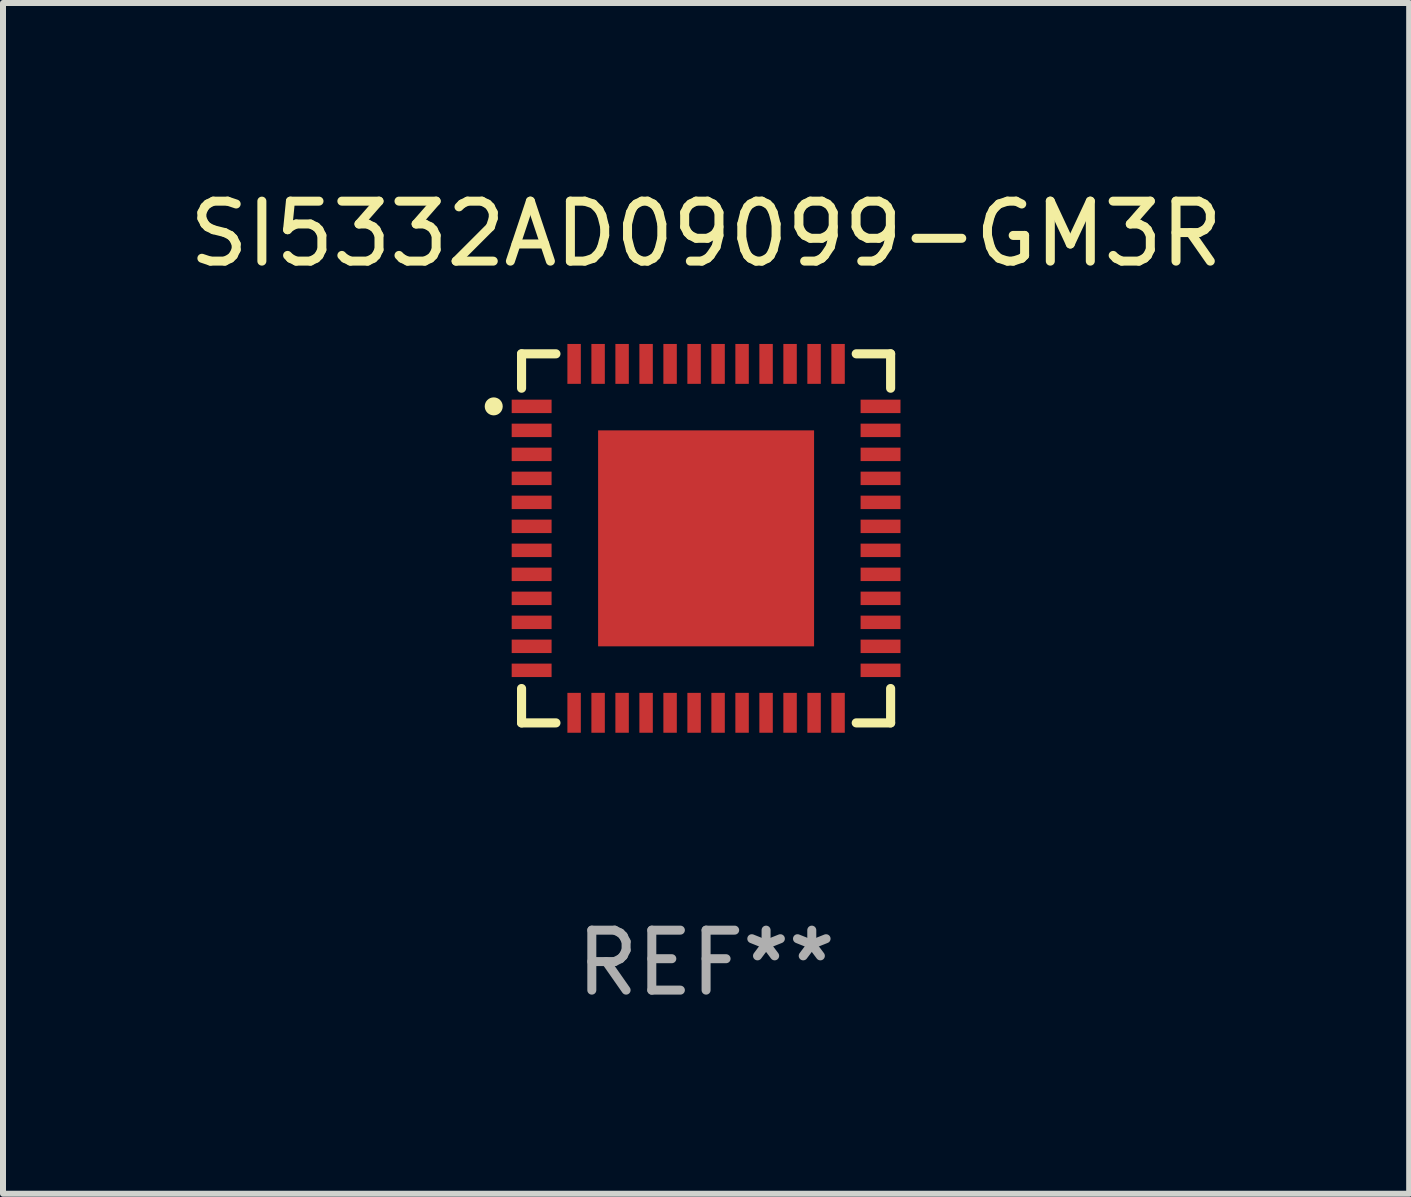
<source format=kicad_pcb>
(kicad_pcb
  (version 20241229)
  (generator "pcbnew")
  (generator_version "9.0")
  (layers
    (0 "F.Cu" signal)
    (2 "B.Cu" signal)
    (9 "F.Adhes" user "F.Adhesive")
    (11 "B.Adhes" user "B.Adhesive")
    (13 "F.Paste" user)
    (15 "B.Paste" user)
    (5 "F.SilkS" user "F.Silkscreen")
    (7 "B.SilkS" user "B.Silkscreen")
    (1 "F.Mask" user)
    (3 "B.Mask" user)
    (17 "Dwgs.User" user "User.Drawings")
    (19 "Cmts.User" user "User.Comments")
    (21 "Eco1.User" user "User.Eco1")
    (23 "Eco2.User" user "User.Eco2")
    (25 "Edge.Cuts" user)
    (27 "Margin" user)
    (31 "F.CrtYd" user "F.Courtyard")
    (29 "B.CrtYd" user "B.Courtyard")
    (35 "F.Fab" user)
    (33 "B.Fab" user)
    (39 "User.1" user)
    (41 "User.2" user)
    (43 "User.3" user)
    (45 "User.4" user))
  (footprint "SI5332AD09099-GM3R"
    (layer "F.Cu")
    (at 8.72 5.924)
    (property "Reference" "SI5332AD09099-GM3R" (at 0 -5.076 0) (layer "F.SilkS") (effects (font (size 1 1) (thickness 0.15))))
    (attr through_hole)
    (fp_line (start -3.076 -3.076) (end -3.076 -2.503) (stroke (width 0.152) (type solid)) (layer "F.SilkS"))
    (fp_line (start -3.076 3.076) (end -3.076 2.503) (stroke (width 0.152) (type solid)) (layer "F.SilkS"))
    (fp_line (start -2.503 -3.076) (end -3.076 -3.076) (stroke (width 0.152) (type solid)) (layer "F.SilkS"))
    (fp_line (start -2.503 3.076) (end -3.076 3.076) (stroke (width 0.152) (type solid)) (layer "F.SilkS"))
    (fp_line (start 2.503 -3.076) (end 3.076 -3.076) (stroke (width 0.152) (type solid)) (layer "F.SilkS"))
    (fp_line (start 2.503 3.076) (end 3.076 3.076) (stroke (width 0.152) (type solid)) (layer "F.SilkS"))
    (fp_line (start 3.076 -3.076) (end 3.076 -2.503) (stroke (width 0.152) (type solid)) (layer "F.SilkS"))
    (fp_line (start 3.076 3.076) (end 3.076 2.503) (stroke (width 0.152) (type solid)) (layer "F.SilkS"))
    (fp_circle (center -3.54 -2.2) (end -3.465 -2.2) (stroke (width 0.15) (type solid)) (fill no) (layer "F.SilkS"))
    (fp_text user "REF**" (at 0 7.076 0) (layer "F.Fab") (effects (font (size 1 1) (thickness 0.15))))
    (pad "1" smd rect (at -2.908 -2.2) (size 0.665 0.224) (layers "F.Cu" "F.Mask" "F.Paste"))
    (pad "2" smd rect (at -2.908 -1.8) (size 0.665 0.224) (layers "F.Cu" "F.Mask" "F.Paste"))
    (pad "3" smd rect (at -2.908 -1.4) (size 0.665 0.224) (layers "F.Cu" "F.Mask" "F.Paste"))
    (pad "4" smd rect (at -2.908 -1) (size 0.665 0.224) (layers "F.Cu" "F.Mask" "F.Paste"))
    (pad "5" smd rect (at -2.908 -0.6) (size 0.665 0.224) (layers "F.Cu" "F.Mask" "F.Paste"))
    (pad "6" smd rect (at -2.908 -0.2) (size 0.665 0.224) (layers "F.Cu" "F.Mask" "F.Paste"))
    (pad "7" smd rect (at -2.908 0.2) (size 0.665 0.224) (layers "F.Cu" "F.Mask" "F.Paste"))
    (pad "8" smd rect (at -2.908 0.6) (size 0.665 0.224) (layers "F.Cu" "F.Mask" "F.Paste"))
    (pad "9" smd rect (at -2.908 1) (size 0.665 0.224) (layers "F.Cu" "F.Mask" "F.Paste"))
    (pad "10" smd rect (at -2.908 1.4) (size 0.665 0.224) (layers "F.Cu" "F.Mask" "F.Paste"))
    (pad "11" smd rect (at -2.908 1.8) (size 0.665 0.224) (layers "F.Cu" "F.Mask" "F.Paste"))
    (pad "12" smd rect (at -2.908 2.2) (size 0.665 0.224) (layers "F.Cu" "F.Mask" "F.Paste"))
    (pad "13" smd rect (at -2.2 2.908) (size 0.224 0.665) (layers "F.Cu" "F.Mask" "F.Paste"))
    (pad "14" smd rect (at -1.8 2.908) (size 0.224 0.665) (layers "F.Cu" "F.Mask" "F.Paste"))
    (pad "15" smd rect (at -1.4 2.908) (size 0.224 0.665) (layers "F.Cu" "F.Mask" "F.Paste"))
    (pad "16" smd rect (at -1 2.908) (size 0.224 0.665) (layers "F.Cu" "F.Mask" "F.Paste"))
    (pad "17" smd rect (at -0.6 2.908) (size 0.224 0.665) (layers "F.Cu" "F.Mask" "F.Paste"))
    (pad "18" smd rect (at -0.2 2.908) (size 0.224 0.665) (layers "F.Cu" "F.Mask" "F.Paste"))
    (pad "19" smd rect (at 0.2 2.908) (size 0.224 0.665) (layers "F.Cu" "F.Mask" "F.Paste"))
    (pad "20" smd rect (at 0.6 2.908) (size 0.224 0.665) (layers "F.Cu" "F.Mask" "F.Paste"))
    (pad "21" smd rect (at 1 2.908) (size 0.224 0.665) (layers "F.Cu" "F.Mask" "F.Paste"))
    (pad "22" smd rect (at 1.4 2.908) (size 0.224 0.665) (layers "F.Cu" "F.Mask" "F.Paste"))
    (pad "23" smd rect (at 1.8 2.908) (size 0.224 0.665) (layers "F.Cu" "F.Mask" "F.Paste"))
    (pad "24" smd rect (at 2.2 2.908) (size 0.224 0.665) (layers "F.Cu" "F.Mask" "F.Paste"))
    (pad "25" smd rect (at 2.908 2.2) (size 0.665 0.224) (layers "F.Cu" "F.Mask" "F.Paste"))
    (pad "26" smd rect (at 2.908 1.8) (size 0.665 0.224) (layers "F.Cu" "F.Mask" "F.Paste"))
    (pad "27" smd rect (at 2.908 1.4) (size 0.665 0.224) (layers "F.Cu" "F.Mask" "F.Paste"))
    (pad "28" smd rect (at 2.908 1) (size 0.665 0.224) (layers "F.Cu" "F.Mask" "F.Paste"))
    (pad "29" smd rect (at 2.908 0.6) (size 0.665 0.224) (layers "F.Cu" "F.Mask" "F.Paste"))
    (pad "30" smd rect (at 2.908 0.2) (size 0.665 0.224) (layers "F.Cu" "F.Mask" "F.Paste"))
    (pad "31" smd rect (at 2.908 -0.2) (size 0.665 0.224) (layers "F.Cu" "F.Mask" "F.Paste"))
    (pad "32" smd rect (at 2.908 -0.6) (size 0.665 0.224) (layers "F.Cu" "F.Mask" "F.Paste"))
    (pad "33" smd rect (at 2.908 -1) (size 0.665 0.224) (layers "F.Cu" "F.Mask" "F.Paste"))
    (pad "34" smd rect (at 2.908 -1.4) (size 0.665 0.224) (layers "F.Cu" "F.Mask" "F.Paste"))
    (pad "35" smd rect (at 2.908 -1.8) (size 0.665 0.224) (layers "F.Cu" "F.Mask" "F.Paste"))
    (pad "36" smd rect (at 2.908 -2.2) (size 0.665 0.224) (layers "F.Cu" "F.Mask" "F.Paste"))
    (pad "37" smd rect (at 2.2 -2.908) (size 0.224 0.665) (layers "F.Cu" "F.Mask" "F.Paste"))
    (pad "38" smd rect (at 1.8 -2.908) (size 0.224 0.665) (layers "F.Cu" "F.Mask" "F.Paste"))
    (pad "39" smd rect (at 1.4 -2.908) (size 0.224 0.665) (layers "F.Cu" "F.Mask" "F.Paste"))
    (pad "40" smd rect (at 1 -2.908) (size 0.224 0.665) (layers "F.Cu" "F.Mask" "F.Paste"))
    (pad "41" smd rect (at 0.6 -2.908) (size 0.224 0.665) (layers "F.Cu" "F.Mask" "F.Paste"))
    (pad "42" smd rect (at 0.2 -2.908) (size 0.224 0.665) (layers "F.Cu" "F.Mask" "F.Paste"))
    (pad "43" smd rect (at -0.2 -2.908) (size 0.224 0.665) (layers "F.Cu" "F.Mask" "F.Paste"))
    (pad "44" smd rect (at -0.6 -2.908) (size 0.224 0.665) (layers "F.Cu" "F.Mask" "F.Paste"))
    (pad "45" smd rect (at -1 -2.908) (size 0.224 0.665) (layers "F.Cu" "F.Mask" "F.Paste"))
    (pad "46" smd rect (at -1.4 -2.908) (size 0.224 0.665) (layers "F.Cu" "F.Mask" "F.Paste"))
    (pad "47" smd rect (at -1.8 -2.908) (size 0.224 0.665) (layers "F.Cu" "F.Mask" "F.Paste"))
    (pad "48" smd rect (at -2.2 -2.908) (size 0.224 0.665) (layers "F.Cu" "F.Mask" "F.Paste"))
    (pad "49" smd rect (at 0 0) (size 3.6 3.6) (layers "F.Cu" "F.Mask" "F.Paste")))
  (gr_rect
    (start -3 -3)
    (end 20.44 16.849)
    (stroke (width 0.1) (type default))
    (fill no)
    (layer "Edge.Cuts")))
</source>
